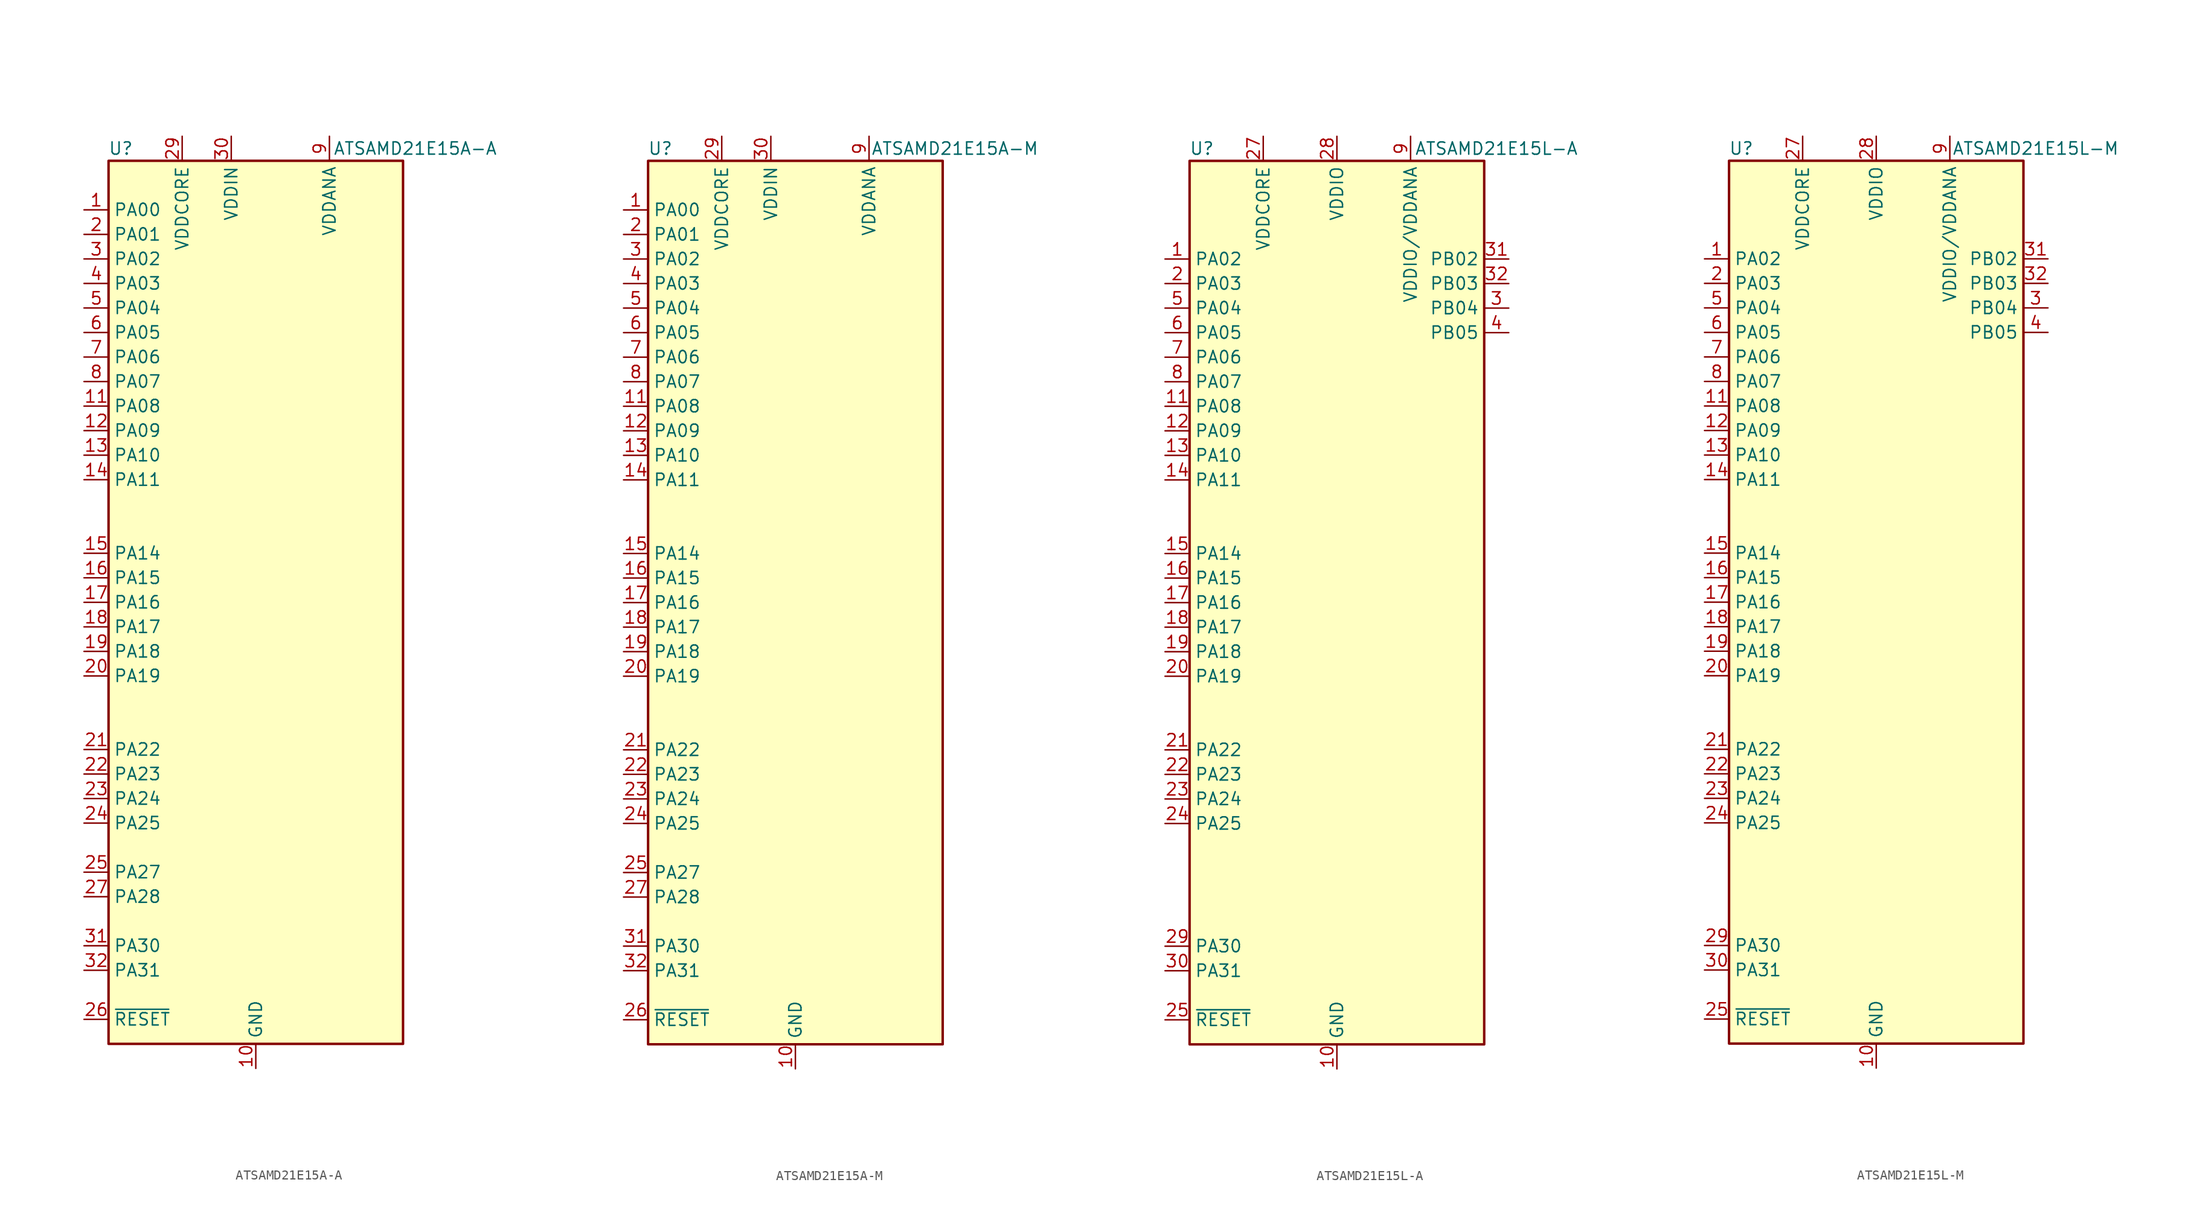
<source format=kicad_sym>
(kicad_symbol_lib
  (version 20200908)
  (generator kicad_symbol_editor)
  (symbol "MCU_Microchip_SAMD:ATSAMD21E15A-A"
    (property "Reference" "U"
      (at -13.97 46.99 0)
      (effects (font (size 1.27 1.27))))
    (property "Value" "ATSAMD21E15A-A"
      (at 16.51 46.99 0)
      (effects (font (size 1.27 1.27))))
    (symbol "ATSAMD21E15A-A_1_1"
      (rectangle (start -15.24 45.72) (end 15.24 -45.72) (stroke (width 0.254)) (fill (type background)))
      (pin bidirectional line (at -17.78 40.64 0) (length 2.54) (name "PA00" (effects (font (size 1.27 1.27)))) (number "1" (effects (font (size 1.27 1.27)))))
      (pin power_in line (at 0 -48.26 90) (length 2.54) (name "GND" (effects (font (size 1.27 1.27)))) (number "10" (effects (font (size 1.27 1.27)))))
      (pin bidirectional line (at -17.78 20.32 0) (length 2.54) (name "PA08" (effects (font (size 1.27 1.27)))) (number "11" (effects (font (size 1.27 1.27)))))
      (pin bidirectional line (at -17.78 17.78 0) (length 2.54) (name "PA09" (effects (font (size 1.27 1.27)))) (number "12" (effects (font (size 1.27 1.27)))))
      (pin bidirectional line (at -17.78 15.24 0) (length 2.54) (name "PA10" (effects (font (size 1.27 1.27)))) (number "13" (effects (font (size 1.27 1.27)))))
      (pin bidirectional line (at -17.78 12.7 0) (length 2.54) (name "PA11" (effects (font (size 1.27 1.27)))) (number "14" (effects (font (size 1.27 1.27)))))
      (pin bidirectional line (at -17.78 5.08 0) (length 2.54) (name "PA14" (effects (font (size 1.27 1.27)))) (number "15" (effects (font (size 1.27 1.27)))))
      (pin bidirectional line (at -17.78 2.54 0) (length 2.54) (name "PA15" (effects (font (size 1.27 1.27)))) (number "16" (effects (font (size 1.27 1.27)))))
      (pin bidirectional line (at -17.78 0 0) (length 2.54) (name "PA16" (effects (font (size 1.27 1.27)))) (number "17" (effects (font (size 1.27 1.27)))))
      (pin bidirectional line (at -17.78 -2.54 0) (length 2.54) (name "PA17" (effects (font (size 1.27 1.27)))) (number "18" (effects (font (size 1.27 1.27)))))
      (pin bidirectional line (at -17.78 -5.08 0) (length 2.54) (name "PA18" (effects (font (size 1.27 1.27)))) (number "19" (effects (font (size 1.27 1.27)))))
      (pin bidirectional line (at -17.78 38.1 0) (length 2.54) (name "PA01" (effects (font (size 1.27 1.27)))) (number "2" (effects (font (size 1.27 1.27)))))
      (pin bidirectional line (at -17.78 -7.62 0) (length 2.54) (name "PA19" (effects (font (size 1.27 1.27)))) (number "20" (effects (font (size 1.27 1.27)))))
      (pin bidirectional line (at -17.78 -15.24 0) (length 2.54) (name "PA22" (effects (font (size 1.27 1.27)))) (number "21" (effects (font (size 1.27 1.27)))))
      (pin bidirectional line (at -17.78 -17.78 0) (length 2.54) (name "PA23" (effects (font (size 1.27 1.27)))) (number "22" (effects (font (size 1.27 1.27)))))
      (pin bidirectional line (at -17.78 -20.32 0) (length 2.54) (name "PA24" (effects (font (size 1.27 1.27)))) (number "23" (effects (font (size 1.27 1.27)))))
      (pin bidirectional line (at -17.78 -22.86 0) (length 2.54) (name "PA25" (effects (font (size 1.27 1.27)))) (number "24" (effects (font (size 1.27 1.27)))))
      (pin bidirectional line (at -17.78 -27.94 0) (length 2.54) (name "PA27" (effects (font (size 1.27 1.27)))) (number "25" (effects (font (size 1.27 1.27)))))
      (pin input line (at -17.78 -43.18 0) (length 2.54) (name "~RESET" (effects (font (size 1.27 1.27)))) (number "26" (effects (font (size 1.27 1.27)))))
      (pin bidirectional line (at -17.78 -30.48 0) (length 2.54) (name "PA28" (effects (font (size 1.27 1.27)))) (number "27" (effects (font (size 1.27 1.27)))))
      (pin passive line (at 0 -48.26 90) (length 2.54) hide (name "GND" (effects (font (size 1.27 1.27)))) (number "28" (effects (font (size 1.27 1.27)))))
      (pin power_out line (at -7.62 48.26 270) (length 2.54) (name "VDDCORE" (effects (font (size 1.27 1.27)))) (number "29" (effects (font (size 1.27 1.27)))))
      (pin bidirectional line (at -17.78 35.56 0) (length 2.54) (name "PA02" (effects (font (size 1.27 1.27)))) (number "3" (effects (font (size 1.27 1.27)))))
      (pin power_in line (at -2.54 48.26 270) (length 2.54) (name "VDDIN" (effects (font (size 1.27 1.27)))) (number "30" (effects (font (size 1.27 1.27)))))
      (pin bidirectional line (at -17.78 -35.56 0) (length 2.54) (name "PA30" (effects (font (size 1.27 1.27)))) (number "31" (effects (font (size 1.27 1.27)))))
      (pin bidirectional line (at -17.78 -38.1 0) (length 2.54) (name "PA31" (effects (font (size 1.27 1.27)))) (number "32" (effects (font (size 1.27 1.27)))))
      (pin bidirectional line (at -17.78 33.02 0) (length 2.54) (name "PA03" (effects (font (size 1.27 1.27)))) (number "4" (effects (font (size 1.27 1.27)))))
      (pin bidirectional line (at -17.78 30.48 0) (length 2.54) (name "PA04" (effects (font (size 1.27 1.27)))) (number "5" (effects (font (size 1.27 1.27)))))
      (pin bidirectional line (at -17.78 27.94 0) (length 2.54) (name "PA05" (effects (font (size 1.27 1.27)))) (number "6" (effects (font (size 1.27 1.27)))))
      (pin bidirectional line (at -17.78 25.4 0) (length 2.54) (name "PA06" (effects (font (size 1.27 1.27)))) (number "7" (effects (font (size 1.27 1.27)))))
      (pin bidirectional line (at -17.78 22.86 0) (length 2.54) (name "PA07" (effects (font (size 1.27 1.27)))) (number "8" (effects (font (size 1.27 1.27)))))
      (pin power_in line (at 7.62 48.26 270) (length 2.54) (name "VDDANA" (effects (font (size 1.27 1.27)))) (number "9" (effects (font (size 1.27 1.27)))))))
  (symbol "MCU_Microchip_SAMD:ATSAMD21E15A-M"
    (property "Reference" "U"
      (at -13.97 46.99 0)
      (effects (font (size 1.27 1.27))))
    (property "Value" "ATSAMD21E15A-M"
      (at 16.51 46.99 0)
      (effects (font (size 1.27 1.27))))
    (symbol "ATSAMD21E15A-M_1_1"
      (rectangle (start -15.24 45.72) (end 15.24 -45.72) (stroke (width 0.254)) (fill (type background)))
      (pin bidirectional line (at -17.78 40.64 0) (length 2.54) (name "PA00" (effects (font (size 1.27 1.27)))) (number "1" (effects (font (size 1.27 1.27)))))
      (pin power_in line (at 0 -48.26 90) (length 2.54) (name "GND" (effects (font (size 1.27 1.27)))) (number "10" (effects (font (size 1.27 1.27)))))
      (pin bidirectional line (at -17.78 20.32 0) (length 2.54) (name "PA08" (effects (font (size 1.27 1.27)))) (number "11" (effects (font (size 1.27 1.27)))))
      (pin bidirectional line (at -17.78 17.78 0) (length 2.54) (name "PA09" (effects (font (size 1.27 1.27)))) (number "12" (effects (font (size 1.27 1.27)))))
      (pin bidirectional line (at -17.78 15.24 0) (length 2.54) (name "PA10" (effects (font (size 1.27 1.27)))) (number "13" (effects (font (size 1.27 1.27)))))
      (pin bidirectional line (at -17.78 12.7 0) (length 2.54) (name "PA11" (effects (font (size 1.27 1.27)))) (number "14" (effects (font (size 1.27 1.27)))))
      (pin bidirectional line (at -17.78 5.08 0) (length 2.54) (name "PA14" (effects (font (size 1.27 1.27)))) (number "15" (effects (font (size 1.27 1.27)))))
      (pin bidirectional line (at -17.78 2.54 0) (length 2.54) (name "PA15" (effects (font (size 1.27 1.27)))) (number "16" (effects (font (size 1.27 1.27)))))
      (pin bidirectional line (at -17.78 0 0) (length 2.54) (name "PA16" (effects (font (size 1.27 1.27)))) (number "17" (effects (font (size 1.27 1.27)))))
      (pin bidirectional line (at -17.78 -2.54 0) (length 2.54) (name "PA17" (effects (font (size 1.27 1.27)))) (number "18" (effects (font (size 1.27 1.27)))))
      (pin bidirectional line (at -17.78 -5.08 0) (length 2.54) (name "PA18" (effects (font (size 1.27 1.27)))) (number "19" (effects (font (size 1.27 1.27)))))
      (pin bidirectional line (at -17.78 38.1 0) (length 2.54) (name "PA01" (effects (font (size 1.27 1.27)))) (number "2" (effects (font (size 1.27 1.27)))))
      (pin bidirectional line (at -17.78 -7.62 0) (length 2.54) (name "PA19" (effects (font (size 1.27 1.27)))) (number "20" (effects (font (size 1.27 1.27)))))
      (pin bidirectional line (at -17.78 -15.24 0) (length 2.54) (name "PA22" (effects (font (size 1.27 1.27)))) (number "21" (effects (font (size 1.27 1.27)))))
      (pin bidirectional line (at -17.78 -17.78 0) (length 2.54) (name "PA23" (effects (font (size 1.27 1.27)))) (number "22" (effects (font (size 1.27 1.27)))))
      (pin bidirectional line (at -17.78 -20.32 0) (length 2.54) (name "PA24" (effects (font (size 1.27 1.27)))) (number "23" (effects (font (size 1.27 1.27)))))
      (pin bidirectional line (at -17.78 -22.86 0) (length 2.54) (name "PA25" (effects (font (size 1.27 1.27)))) (number "24" (effects (font (size 1.27 1.27)))))
      (pin bidirectional line (at -17.78 -27.94 0) (length 2.54) (name "PA27" (effects (font (size 1.27 1.27)))) (number "25" (effects (font (size 1.27 1.27)))))
      (pin input line (at -17.78 -43.18 0) (length 2.54) (name "~RESET" (effects (font (size 1.27 1.27)))) (number "26" (effects (font (size 1.27 1.27)))))
      (pin bidirectional line (at -17.78 -30.48 0) (length 2.54) (name "PA28" (effects (font (size 1.27 1.27)))) (number "27" (effects (font (size 1.27 1.27)))))
      (pin passive line (at 0 -48.26 90) (length 2.54) hide (name "GND" (effects (font (size 1.27 1.27)))) (number "28" (effects (font (size 1.27 1.27)))))
      (pin power_out line (at -7.62 48.26 270) (length 2.54) (name "VDDCORE" (effects (font (size 1.27 1.27)))) (number "29" (effects (font (size 1.27 1.27)))))
      (pin bidirectional line (at -17.78 35.56 0) (length 2.54) (name "PA02" (effects (font (size 1.27 1.27)))) (number "3" (effects (font (size 1.27 1.27)))))
      (pin power_in line (at -2.54 48.26 270) (length 2.54) (name "VDDIN" (effects (font (size 1.27 1.27)))) (number "30" (effects (font (size 1.27 1.27)))))
      (pin bidirectional line (at -17.78 -35.56 0) (length 2.54) (name "PA30" (effects (font (size 1.27 1.27)))) (number "31" (effects (font (size 1.27 1.27)))))
      (pin bidirectional line (at -17.78 -38.1 0) (length 2.54) (name "PA31" (effects (font (size 1.27 1.27)))) (number "32" (effects (font (size 1.27 1.27)))))
      (pin unconnected line (at 15.24 -43.18 180) (length 2.54) hide (name "EP" (effects (font (size 1.27 1.27)))) (number "33" (effects (font (size 1.27 1.27)))))
      (pin bidirectional line (at -17.78 33.02 0) (length 2.54) (name "PA03" (effects (font (size 1.27 1.27)))) (number "4" (effects (font (size 1.27 1.27)))))
      (pin bidirectional line (at -17.78 30.48 0) (length 2.54) (name "PA04" (effects (font (size 1.27 1.27)))) (number "5" (effects (font (size 1.27 1.27)))))
      (pin bidirectional line (at -17.78 27.94 0) (length 2.54) (name "PA05" (effects (font (size 1.27 1.27)))) (number "6" (effects (font (size 1.27 1.27)))))
      (pin bidirectional line (at -17.78 25.4 0) (length 2.54) (name "PA06" (effects (font (size 1.27 1.27)))) (number "7" (effects (font (size 1.27 1.27)))))
      (pin bidirectional line (at -17.78 22.86 0) (length 2.54) (name "PA07" (effects (font (size 1.27 1.27)))) (number "8" (effects (font (size 1.27 1.27)))))
      (pin power_in line (at 7.62 48.26 270) (length 2.54) (name "VDDANA" (effects (font (size 1.27 1.27)))) (number "9" (effects (font (size 1.27 1.27)))))))
  (symbol "MCU_Microchip_SAMD:ATSAMD21E15L-A"
    (property "Reference" "U"
      (at -13.97 46.99 0)
      (effects (font (size 1.27 1.27))))
    (property "Value" "ATSAMD21E15L-A"
      (at 16.51 46.99 0)
      (effects (font (size 1.27 1.27))))
    (symbol "ATSAMD21E15L-A_1_1"
      (rectangle (start -15.24 45.72) (end 15.24 -45.72) (stroke (width 0.254)) (fill (type background)))
      (pin bidirectional line (at -17.78 35.56 0) (length 2.54) (name "PA02" (effects (font (size 1.27 1.27)))) (number "1" (effects (font (size 1.27 1.27)))))
      (pin power_in line (at 0 -48.26 90) (length 2.54) (name "GND" (effects (font (size 1.27 1.27)))) (number "10" (effects (font (size 1.27 1.27)))))
      (pin bidirectional line (at -17.78 20.32 0) (length 2.54) (name "PA08" (effects (font (size 1.27 1.27)))) (number "11" (effects (font (size 1.27 1.27)))))
      (pin bidirectional line (at -17.78 17.78 0) (length 2.54) (name "PA09" (effects (font (size 1.27 1.27)))) (number "12" (effects (font (size 1.27 1.27)))))
      (pin bidirectional line (at -17.78 15.24 0) (length 2.54) (name "PA10" (effects (font (size 1.27 1.27)))) (number "13" (effects (font (size 1.27 1.27)))))
      (pin bidirectional line (at -17.78 12.7 0) (length 2.54) (name "PA11" (effects (font (size 1.27 1.27)))) (number "14" (effects (font (size 1.27 1.27)))))
      (pin bidirectional line (at -17.78 5.08 0) (length 2.54) (name "PA14" (effects (font (size 1.27 1.27)))) (number "15" (effects (font (size 1.27 1.27)))))
      (pin bidirectional line (at -17.78 2.54 0) (length 2.54) (name "PA15" (effects (font (size 1.27 1.27)))) (number "16" (effects (font (size 1.27 1.27)))))
      (pin bidirectional line (at -17.78 0 0) (length 2.54) (name "PA16" (effects (font (size 1.27 1.27)))) (number "17" (effects (font (size 1.27 1.27)))))
      (pin bidirectional line (at -17.78 -2.54 0) (length 2.54) (name "PA17" (effects (font (size 1.27 1.27)))) (number "18" (effects (font (size 1.27 1.27)))))
      (pin bidirectional line (at -17.78 -5.08 0) (length 2.54) (name "PA18" (effects (font (size 1.27 1.27)))) (number "19" (effects (font (size 1.27 1.27)))))
      (pin bidirectional line (at -17.78 33.02 0) (length 2.54) (name "PA03" (effects (font (size 1.27 1.27)))) (number "2" (effects (font (size 1.27 1.27)))))
      (pin bidirectional line (at -17.78 -7.62 0) (length 2.54) (name "PA19" (effects (font (size 1.27 1.27)))) (number "20" (effects (font (size 1.27 1.27)))))
      (pin bidirectional line (at -17.78 -15.24 0) (length 2.54) (name "PA22" (effects (font (size 1.27 1.27)))) (number "21" (effects (font (size 1.27 1.27)))))
      (pin bidirectional line (at -17.78 -17.78 0) (length 2.54) (name "PA23" (effects (font (size 1.27 1.27)))) (number "22" (effects (font (size 1.27 1.27)))))
      (pin bidirectional line (at -17.78 -20.32 0) (length 2.54) (name "PA24" (effects (font (size 1.27 1.27)))) (number "23" (effects (font (size 1.27 1.27)))))
      (pin bidirectional line (at -17.78 -22.86 0) (length 2.54) (name "PA25" (effects (font (size 1.27 1.27)))) (number "24" (effects (font (size 1.27 1.27)))))
      (pin input line (at -17.78 -43.18 0) (length 2.54) (name "~RESET" (effects (font (size 1.27 1.27)))) (number "25" (effects (font (size 1.27 1.27)))))
      (pin passive line (at 0 -48.26 90) (length 2.54) hide (name "GND" (effects (font (size 1.27 1.27)))) (number "26" (effects (font (size 1.27 1.27)))))
      (pin power_out line (at -7.62 48.26 270) (length 2.54) (name "VDDCORE" (effects (font (size 1.27 1.27)))) (number "27" (effects (font (size 1.27 1.27)))))
      (pin power_in line (at 0 48.26 270) (length 2.54) (name "VDDIO" (effects (font (size 1.27 1.27)))) (number "28" (effects (font (size 1.27 1.27)))))
      (pin bidirectional line (at -17.78 -35.56 0) (length 2.54) (name "PA30" (effects (font (size 1.27 1.27)))) (number "29" (effects (font (size 1.27 1.27)))))
      (pin bidirectional line (at 17.78 30.48 180) (length 2.54) (name "PB04" (effects (font (size 1.27 1.27)))) (number "3" (effects (font (size 1.27 1.27)))))
      (pin bidirectional line (at -17.78 -38.1 0) (length 2.54) (name "PA31" (effects (font (size 1.27 1.27)))) (number "30" (effects (font (size 1.27 1.27)))))
      (pin bidirectional line (at 17.78 35.56 180) (length 2.54) (name "PB02" (effects (font (size 1.27 1.27)))) (number "31" (effects (font (size 1.27 1.27)))))
      (pin bidirectional line (at 17.78 33.02 180) (length 2.54) (name "PB03" (effects (font (size 1.27 1.27)))) (number "32" (effects (font (size 1.27 1.27)))))
      (pin bidirectional line (at 17.78 27.94 180) (length 2.54) (name "PB05" (effects (font (size 1.27 1.27)))) (number "4" (effects (font (size 1.27 1.27)))))
      (pin bidirectional line (at -17.78 30.48 0) (length 2.54) (name "PA04" (effects (font (size 1.27 1.27)))) (number "5" (effects (font (size 1.27 1.27)))))
      (pin bidirectional line (at -17.78 27.94 0) (length 2.54) (name "PA05" (effects (font (size 1.27 1.27)))) (number "6" (effects (font (size 1.27 1.27)))))
      (pin bidirectional line (at -17.78 25.4 0) (length 2.54) (name "PA06" (effects (font (size 1.27 1.27)))) (number "7" (effects (font (size 1.27 1.27)))))
      (pin bidirectional line (at -17.78 22.86 0) (length 2.54) (name "PA07" (effects (font (size 1.27 1.27)))) (number "8" (effects (font (size 1.27 1.27)))))
      (pin power_in line (at 7.62 48.26 270) (length 2.54) (name "VDDIO/VDDANA" (effects (font (size 1.27 1.27)))) (number "9" (effects (font (size 1.27 1.27)))))))
  (symbol "MCU_Microchip_SAMD:ATSAMD21E15L-M"
    (property "Reference" "U"
      (at -13.97 46.99 0)
      (effects (font (size 1.27 1.27))))
    (property "Value" "ATSAMD21E15L-M"
      (at 16.51 46.99 0)
      (effects (font (size 1.27 1.27))))
    (symbol "ATSAMD21E15L-M_1_1"
      (rectangle (start -15.24 45.72) (end 15.24 -45.72) (stroke (width 0.254)) (fill (type background)))
      (pin bidirectional line (at -17.78 35.56 0) (length 2.54) (name "PA02" (effects (font (size 1.27 1.27)))) (number "1" (effects (font (size 1.27 1.27)))))
      (pin power_in line (at 0 -48.26 90) (length 2.54) (name "GND" (effects (font (size 1.27 1.27)))) (number "10" (effects (font (size 1.27 1.27)))))
      (pin bidirectional line (at -17.78 20.32 0) (length 2.54) (name "PA08" (effects (font (size 1.27 1.27)))) (number "11" (effects (font (size 1.27 1.27)))))
      (pin bidirectional line (at -17.78 17.78 0) (length 2.54) (name "PA09" (effects (font (size 1.27 1.27)))) (number "12" (effects (font (size 1.27 1.27)))))
      (pin bidirectional line (at -17.78 15.24 0) (length 2.54) (name "PA10" (effects (font (size 1.27 1.27)))) (number "13" (effects (font (size 1.27 1.27)))))
      (pin bidirectional line (at -17.78 12.7 0) (length 2.54) (name "PA11" (effects (font (size 1.27 1.27)))) (number "14" (effects (font (size 1.27 1.27)))))
      (pin bidirectional line (at -17.78 5.08 0) (length 2.54) (name "PA14" (effects (font (size 1.27 1.27)))) (number "15" (effects (font (size 1.27 1.27)))))
      (pin bidirectional line (at -17.78 2.54 0) (length 2.54) (name "PA15" (effects (font (size 1.27 1.27)))) (number "16" (effects (font (size 1.27 1.27)))))
      (pin bidirectional line (at -17.78 0 0) (length 2.54) (name "PA16" (effects (font (size 1.27 1.27)))) (number "17" (effects (font (size 1.27 1.27)))))
      (pin bidirectional line (at -17.78 -2.54 0) (length 2.54) (name "PA17" (effects (font (size 1.27 1.27)))) (number "18" (effects (font (size 1.27 1.27)))))
      (pin bidirectional line (at -17.78 -5.08 0) (length 2.54) (name "PA18" (effects (font (size 1.27 1.27)))) (number "19" (effects (font (size 1.27 1.27)))))
      (pin bidirectional line (at -17.78 33.02 0) (length 2.54) (name "PA03" (effects (font (size 1.27 1.27)))) (number "2" (effects (font (size 1.27 1.27)))))
      (pin bidirectional line (at -17.78 -7.62 0) (length 2.54) (name "PA19" (effects (font (size 1.27 1.27)))) (number "20" (effects (font (size 1.27 1.27)))))
      (pin bidirectional line (at -17.78 -15.24 0) (length 2.54) (name "PA22" (effects (font (size 1.27 1.27)))) (number "21" (effects (font (size 1.27 1.27)))))
      (pin bidirectional line (at -17.78 -17.78 0) (length 2.54) (name "PA23" (effects (font (size 1.27 1.27)))) (number "22" (effects (font (size 1.27 1.27)))))
      (pin bidirectional line (at -17.78 -20.32 0) (length 2.54) (name "PA24" (effects (font (size 1.27 1.27)))) (number "23" (effects (font (size 1.27 1.27)))))
      (pin bidirectional line (at -17.78 -22.86 0) (length 2.54) (name "PA25" (effects (font (size 1.27 1.27)))) (number "24" (effects (font (size 1.27 1.27)))))
      (pin input line (at -17.78 -43.18 0) (length 2.54) (name "~RESET" (effects (font (size 1.27 1.27)))) (number "25" (effects (font (size 1.27 1.27)))))
      (pin passive line (at 0 -48.26 90) (length 2.54) hide (name "GND" (effects (font (size 1.27 1.27)))) (number "26" (effects (font (size 1.27 1.27)))))
      (pin power_out line (at -7.62 48.26 270) (length 2.54) (name "VDDCORE" (effects (font (size 1.27 1.27)))) (number "27" (effects (font (size 1.27 1.27)))))
      (pin power_in line (at 0 48.26 270) (length 2.54) (name "VDDIO" (effects (font (size 1.27 1.27)))) (number "28" (effects (font (size 1.27 1.27)))))
      (pin bidirectional line (at -17.78 -35.56 0) (length 2.54) (name "PA30" (effects (font (size 1.27 1.27)))) (number "29" (effects (font (size 1.27 1.27)))))
      (pin bidirectional line (at 17.78 30.48 180) (length 2.54) (name "PB04" (effects (font (size 1.27 1.27)))) (number "3" (effects (font (size 1.27 1.27)))))
      (pin bidirectional line (at -17.78 -38.1 0) (length 2.54) (name "PA31" (effects (font (size 1.27 1.27)))) (number "30" (effects (font (size 1.27 1.27)))))
      (pin bidirectional line (at 17.78 35.56 180) (length 2.54) (name "PB02" (effects (font (size 1.27 1.27)))) (number "31" (effects (font (size 1.27 1.27)))))
      (pin bidirectional line (at 17.78 33.02 180) (length 2.54) (name "PB03" (effects (font (size 1.27 1.27)))) (number "32" (effects (font (size 1.27 1.27)))))
      (pin unconnected line (at 15.24 -43.18 180) (length 2.54) hide (name "EP" (effects (font (size 1.27 1.27)))) (number "33" (effects (font (size 1.27 1.27)))))
      (pin bidirectional line (at 17.78 27.94 180) (length 2.54) (name "PB05" (effects (font (size 1.27 1.27)))) (number "4" (effects (font (size 1.27 1.27)))))
      (pin bidirectional line (at -17.78 30.48 0) (length 2.54) (name "PA04" (effects (font (size 1.27 1.27)))) (number "5" (effects (font (size 1.27 1.27)))))
      (pin bidirectional line (at -17.78 27.94 0) (length 2.54) (name "PA05" (effects (font (size 1.27 1.27)))) (number "6" (effects (font (size 1.27 1.27)))))
      (pin bidirectional line (at -17.78 25.4 0) (length 2.54) (name "PA06" (effects (font (size 1.27 1.27)))) (number "7" (effects (font (size 1.27 1.27)))))
      (pin bidirectional line (at -17.78 22.86 0) (length 2.54) (name "PA07" (effects (font (size 1.27 1.27)))) (number "8" (effects (font (size 1.27 1.27)))))
      (pin power_in line (at 7.62 48.26 270) (length 2.54) (name "VDDIO/VDDANA" (effects (font (size 1.27 1.27)))) (number "9" (effects (font (size 1.27 1.27))))))))
</source>
